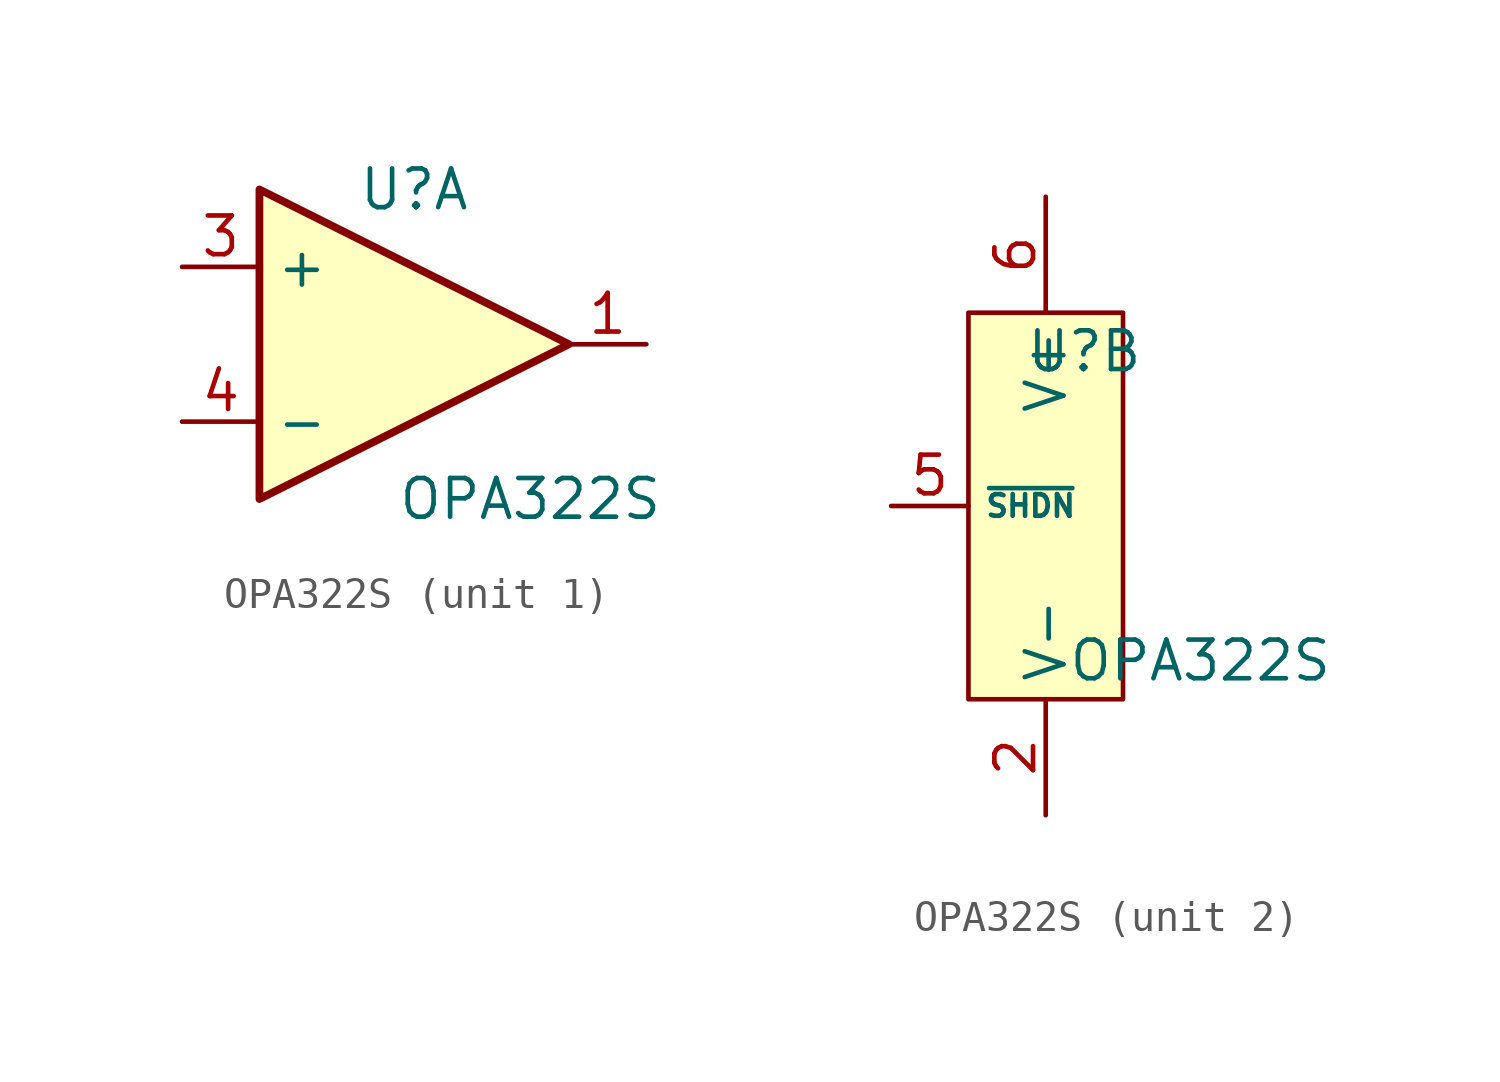
<source format=kicad_sym>
(kicad_symbol_lib
  (version 20211014)
  (generator kicad_symbol_editor)
  (symbol "OPA322S"
    (property "Reference" "U"
      (at 1.27 5.08 0)
      (effects (font (size 1.27 1.27))))
    (property "Value" "OPA322S"
      (at 5.08 -5.08 0)
      (effects (font (size 1.27 1.27))))
    (property "ki_locked" ""
      (at 0 0 0)
      (effects (font (size 1.27 1.27))))
    (symbol "OPA322S_1_1"
      (polyline (pts (xy -3.81 5.08) (xy 6.35 0) (xy -3.81 -5.08) (xy -3.81 5.08) (xy -3.81 5.08)) (stroke (width 0.254) (type default) (color 0 0 0 0)) (fill (type background)))
      (pin output line (at 8.89 0 180) (length 2.54) (name "~" (effects (font (size 1.27 1.27)))) (number "1" (effects (font (size 1.27 1.27)))))
      (pin input line (at -6.35 2.54 0) (length 2.54) (name "+" (effects (font (size 1.27 1.27)))) (number "3" (effects (font (size 1.27 1.27)))))
      (pin input line (at -6.35 -2.54 0) (length 2.54) (name "-" (effects (font (size 1.27 1.27)))) (number "4" (effects (font (size 1.27 1.27))))))
    (symbol "OPA322S_2_1"
      (rectangle (start -2.54 6.35) (end 2.54 -6.35) (stroke (width 0) (type default) (color 0 0 0 0)) (fill (type background)))
      (pin power_in line (at 0 -10.16 90) (length 3.81) (name "V-" (effects (font (size 1.27 1.27)))) (number "2" (effects (font (size 1.27 1.27)))))
      (pin power_in line (at -5.08 0 0) (length 2.54) (name "~{SHDN}" (effects (font (size 0.711 0.711)))) (number "5" (effects (font (size 1.27 1.27)))))
      (pin power_in line (at 0 10.16 270) (length 3.81) (name "V+" (effects (font (size 1.27 1.27)))) (number "6" (effects (font (size 1.27 1.27))))))))
</source>
